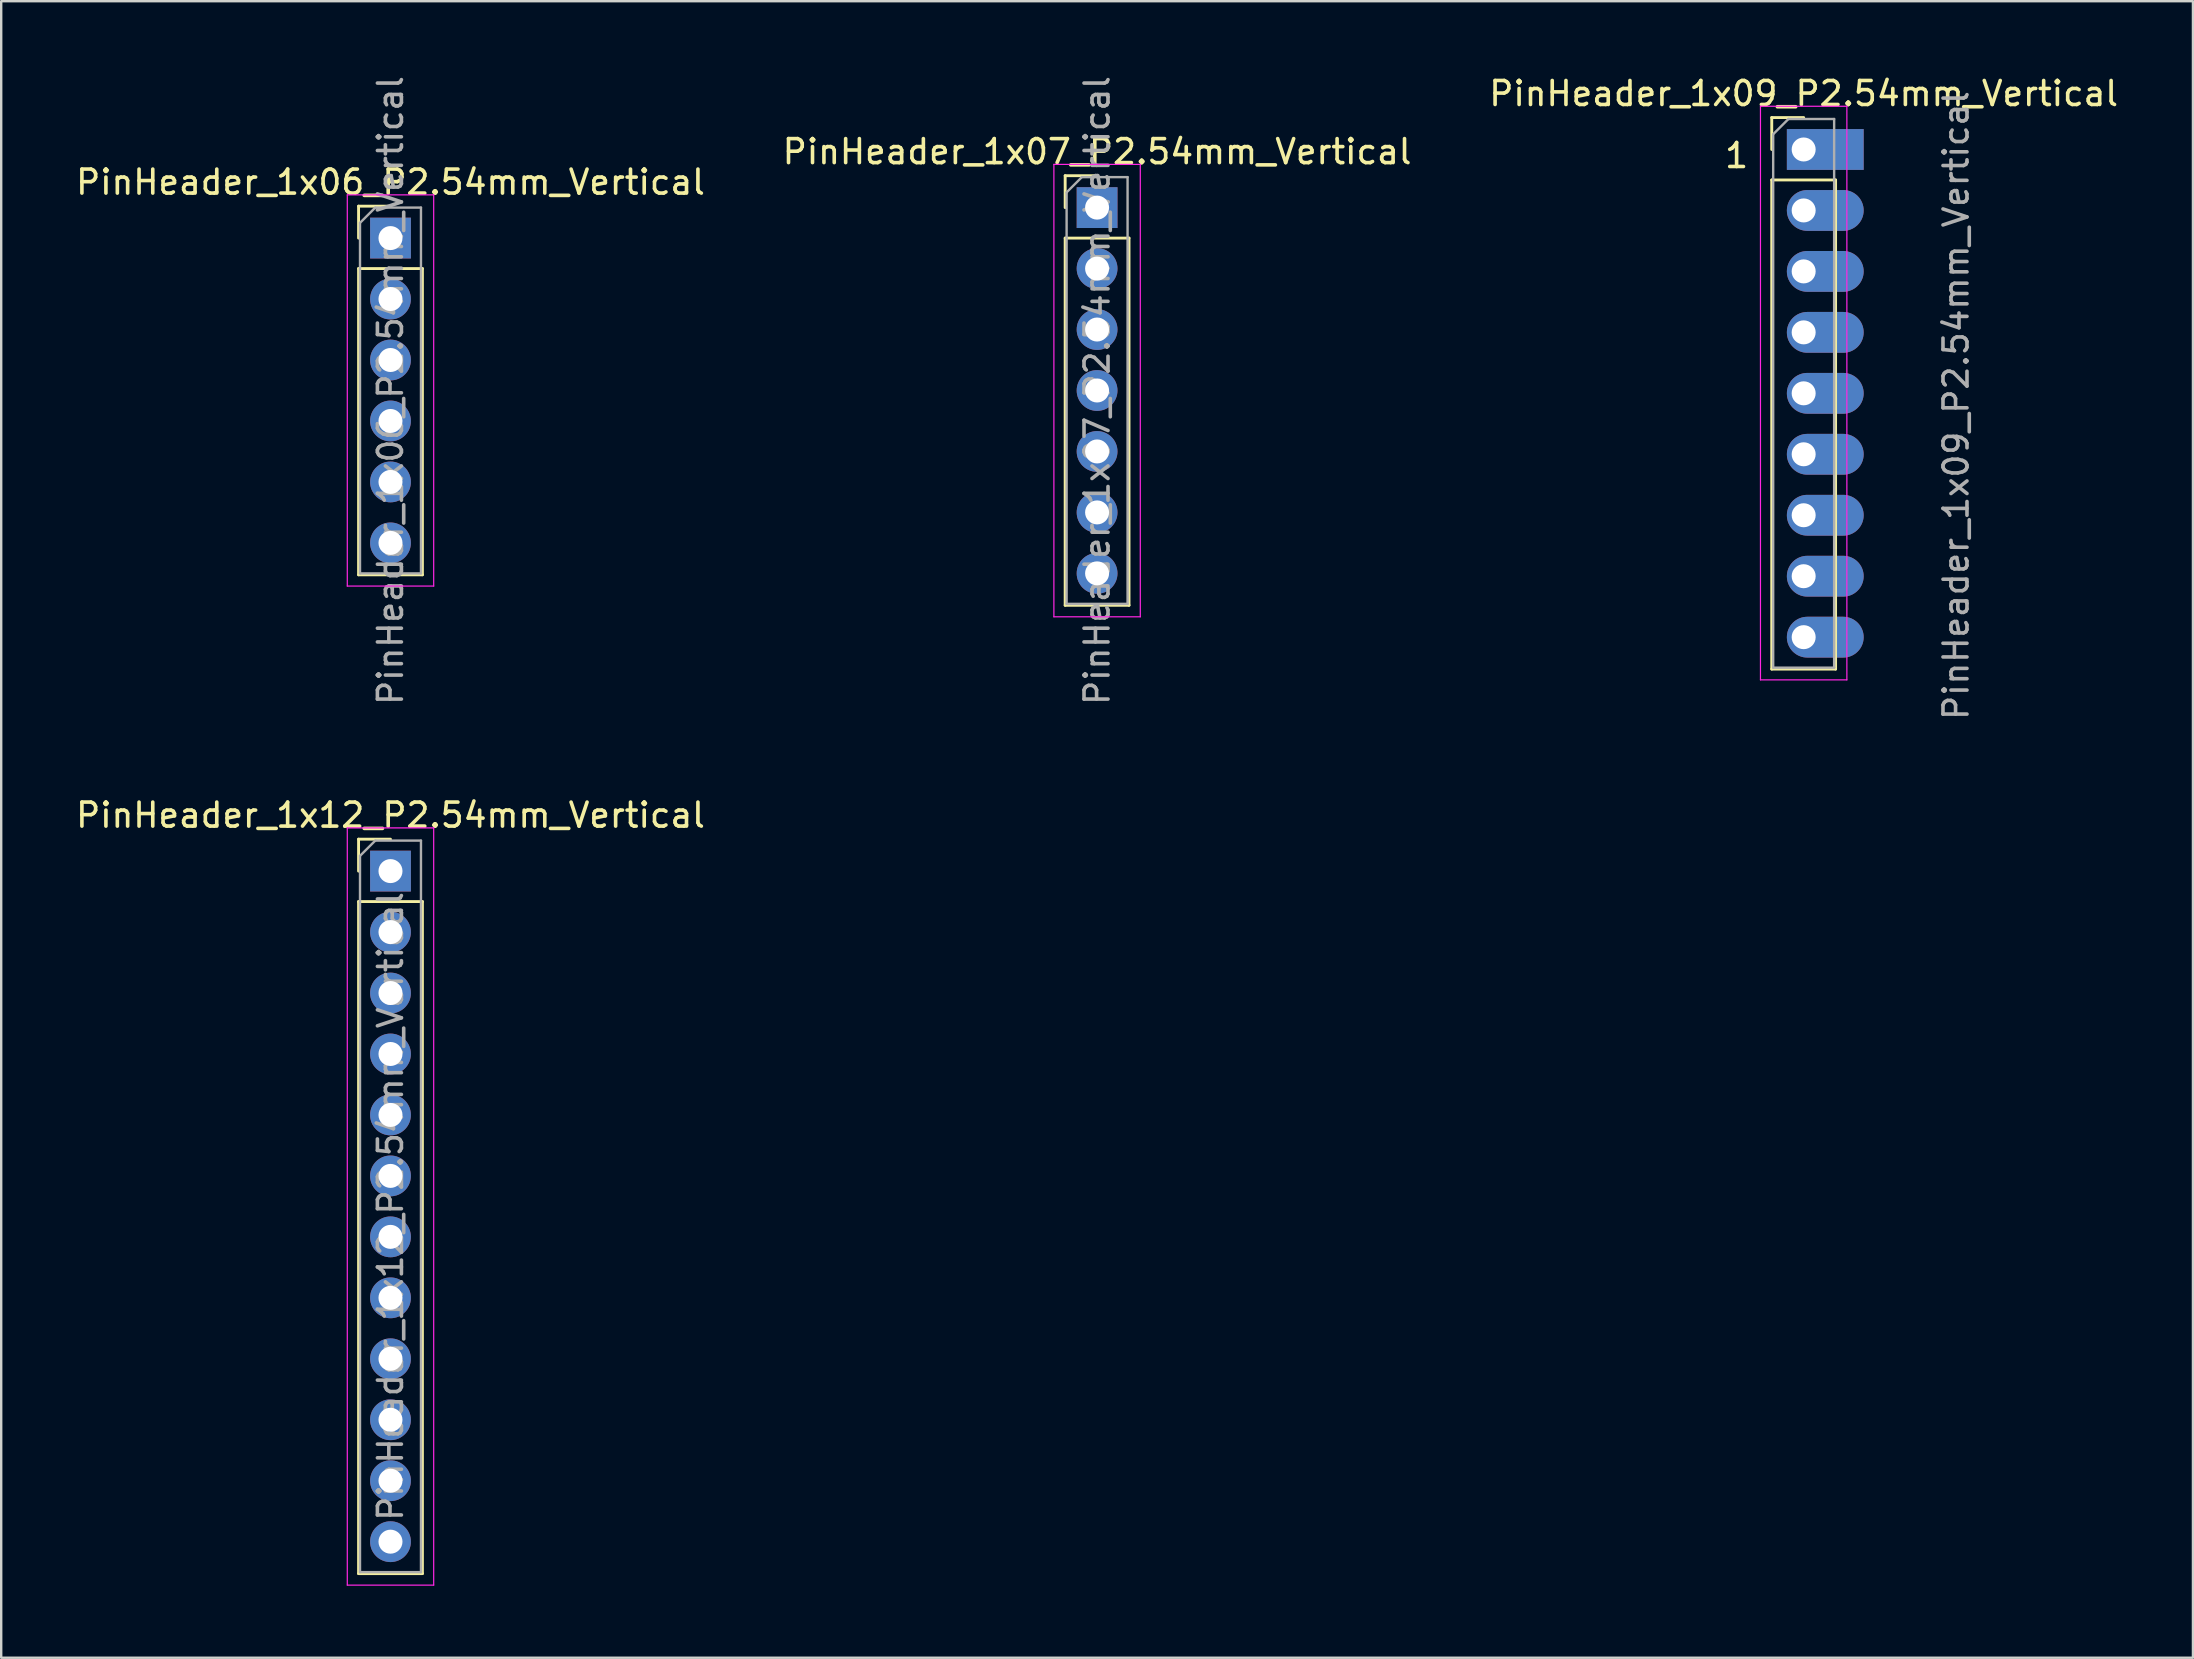
<source format=kicad_pcb>
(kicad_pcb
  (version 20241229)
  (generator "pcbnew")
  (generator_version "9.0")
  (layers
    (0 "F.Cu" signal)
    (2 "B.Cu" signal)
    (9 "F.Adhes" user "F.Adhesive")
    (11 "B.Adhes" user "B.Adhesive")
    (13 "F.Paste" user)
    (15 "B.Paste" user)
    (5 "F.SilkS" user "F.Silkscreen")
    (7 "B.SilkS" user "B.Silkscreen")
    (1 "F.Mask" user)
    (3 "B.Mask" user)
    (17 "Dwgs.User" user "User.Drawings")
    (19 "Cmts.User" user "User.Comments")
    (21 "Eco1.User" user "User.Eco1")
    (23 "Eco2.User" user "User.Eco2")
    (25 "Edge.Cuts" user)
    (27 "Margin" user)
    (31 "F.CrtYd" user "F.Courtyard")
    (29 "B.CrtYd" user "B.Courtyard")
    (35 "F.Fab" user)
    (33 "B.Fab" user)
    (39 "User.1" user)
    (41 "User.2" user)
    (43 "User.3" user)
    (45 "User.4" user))
  (footprint "PinHeader_1x07_P2.54mm_Vertical"
    (layer "F.Cu")
    (at 42.661 5.6)
    (property "Reference" "PinHeader_1x07_P2.54mm_Vertical" (at 0 -2.33 0) (layer "F.SilkS") (effects (font (size 1 1) (thickness 0.15))))
    (attr through_hole exclude_from_bom)
    (fp_line (start -1.33 -1.33) (end 0 -1.33) (stroke (width 0.12) (type solid)) (layer "F.SilkS"))
    (fp_line (start -1.33 0) (end -1.33 -1.33) (stroke (width 0.12) (type solid)) (layer "F.SilkS"))
    (fp_line (start -1.33 1.27) (end -1.33 16.57) (stroke (width 0.12) (type solid)) (layer "F.SilkS"))
    (fp_line (start -1.33 1.27) (end 1.33 1.27) (stroke (width 0.12) (type solid)) (layer "F.SilkS"))
    (fp_line (start -1.33 16.57) (end 1.33 16.57) (stroke (width 0.12) (type solid)) (layer "F.SilkS"))
    (fp_line (start 1.33 1.27) (end 1.33 16.57) (stroke (width 0.12) (type solid)) (layer "F.SilkS"))
    (fp_line (start -1.8 -1.8) (end -1.8 17.05) (stroke (width 0.05) (type solid)) (layer "F.CrtYd"))
    (fp_line (start -1.8 17.05) (end 1.8 17.05) (stroke (width 0.05) (type solid)) (layer "F.CrtYd"))
    (fp_line (start 1.8 -1.8) (end -1.8 -1.8) (stroke (width 0.05) (type solid)) (layer "F.CrtYd"))
    (fp_line (start 1.8 17.05) (end 1.8 -1.8) (stroke (width 0.05) (type solid)) (layer "F.CrtYd"))
    (fp_line (start -1.27 -0.635) (end -0.635 -1.27) (stroke (width 0.1) (type solid)) (layer "F.Fab"))
    (fp_line (start -1.27 16.51) (end -1.27 -0.635) (stroke (width 0.1) (type solid)) (layer "F.Fab"))
    (fp_line (start -0.635 -1.27) (end 1.27 -1.27) (stroke (width 0.1) (type solid)) (layer "F.Fab"))
    (fp_line (start 1.27 -1.27) (end 1.27 16.51) (stroke (width 0.1) (type solid)) (layer "F.Fab"))
    (fp_line (start 1.27 16.51) (end -1.27 16.51) (stroke (width 0.1) (type solid)) (layer "F.Fab"))
    (fp_text user "${REFERENCE}" (at 0 7.62 90) (layer "F.Fab") (effects (font (size 1 1) (thickness 0.15))))
    (pad "1" thru_hole rect (at 0 0) (size 1.7 1.7) (drill 1) (layers "*.Cu" "*.Mask"))
    (pad "2" thru_hole oval (at 0 2.54) (size 1.7 1.7) (drill 1) (layers "*.Cu" "*.Mask"))
    (pad "3" thru_hole oval (at 0 5.08) (size 1.7 1.7) (drill 1) (layers "*.Cu" "*.Mask"))
    (pad "4" thru_hole oval (at 0 7.62) (size 1.7 1.7) (drill 1) (layers "*.Cu" "*.Mask"))
    (pad "5" thru_hole oval (at 0 10.16) (size 1.7 1.7) (drill 1) (layers "*.Cu" "*.Mask"))
    (pad "6" thru_hole oval (at 0 12.7) (size 1.7 1.7) (drill 1) (layers "*.Cu" "*.Mask"))
    (pad "7" thru_hole oval (at 0 15.24) (size 1.7 1.7) (drill 1) (layers "*.Cu" "*.Mask")))
  (footprint "PinHeader_1x06_P2.54mm_Vertical"
    (layer "F.Cu")
    (at 13.22 6.87)
    (property "Reference" "PinHeader_1x06_P2.54mm_Vertical" (at 0 -2.33 0) (layer "F.SilkS") (effects (font (size 1 1) (thickness 0.15))))
    (attr through_hole)
    (fp_line (start -1.33 -1.33) (end 0 -1.33) (stroke (width 0.12) (type solid)) (layer "F.SilkS"))
    (fp_line (start -1.33 0) (end -1.33 -1.33) (stroke (width 0.12) (type solid)) (layer "F.SilkS"))
    (fp_line (start -1.33 1.27) (end -1.33 14.03) (stroke (width 0.12) (type solid)) (layer "F.SilkS"))
    (fp_line (start -1.33 1.27) (end 1.33 1.27) (stroke (width 0.12) (type solid)) (layer "F.SilkS"))
    (fp_line (start -1.33 14.03) (end 1.33 14.03) (stroke (width 0.12) (type solid)) (layer "F.SilkS"))
    (fp_line (start 1.33 1.27) (end 1.33 14.03) (stroke (width 0.12) (type solid)) (layer "F.SilkS"))
    (fp_line (start -1.8 -1.8) (end -1.8 14.5) (stroke (width 0.05) (type solid)) (layer "F.CrtYd"))
    (fp_line (start -1.8 14.5) (end 1.8 14.5) (stroke (width 0.05) (type solid)) (layer "F.CrtYd"))
    (fp_line (start 1.8 -1.8) (end -1.8 -1.8) (stroke (width 0.05) (type solid)) (layer "F.CrtYd"))
    (fp_line (start 1.8 14.5) (end 1.8 -1.8) (stroke (width 0.05) (type solid)) (layer "F.CrtYd"))
    (fp_line (start -1.27 -0.635) (end -0.635 -1.27) (stroke (width 0.1) (type solid)) (layer "F.Fab"))
    (fp_line (start -1.27 13.97) (end -1.27 -0.635) (stroke (width 0.1) (type solid)) (layer "F.Fab"))
    (fp_line (start -0.635 -1.27) (end 1.27 -1.27) (stroke (width 0.1) (type solid)) (layer "F.Fab"))
    (fp_line (start 1.27 -1.27) (end 1.27 13.97) (stroke (width 0.1) (type solid)) (layer "F.Fab"))
    (fp_line (start 1.27 13.97) (end -1.27 13.97) (stroke (width 0.1) (type solid)) (layer "F.Fab"))
    (fp_text user "${REFERENCE}" (at 0 6.35 90) (layer "F.Fab") (effects (font (size 1 1) (thickness 0.15))))
    (pad "1" thru_hole rect (at 0 0) (size 1.7 1.7) (drill 1) (layers "*.Cu" "*.Mask"))
    (pad "2" thru_hole oval (at 0 2.54) (size 1.7 1.7) (drill 1) (layers "*.Cu" "*.Mask"))
    (pad "3" thru_hole oval (at 0 5.08) (size 1.7 1.7) (drill 1) (layers "*.Cu" "*.Mask"))
    (pad "4" thru_hole oval (at 0 7.62) (size 1.7 1.7) (drill 1) (layers "*.Cu" "*.Mask"))
    (pad "5" thru_hole oval (at 0 10.16) (size 1.7 1.7) (drill 1) (layers "*.Cu" "*.Mask"))
    (pad "6" thru_hole oval (at 0 12.7) (size 1.7 1.7) (drill 1) (layers "*.Cu" "*.Mask")))
  (footprint "PinHeader_1x12_P2.54mm_Vertical"
    (layer "F.Cu")
    (at 13.22 33.245)
    (property "Reference" "PinHeader_1x12_P2.54mm_Vertical" (at 0 -2.33 0) (layer "F.SilkS") (effects (font (size 1 1) (thickness 0.15))))
    (attr through_hole)
    (fp_line (start -1.33 -1.33) (end 0 -1.33) (stroke (width 0.12) (type solid)) (layer "F.SilkS"))
    (fp_line (start -1.33 0) (end -1.33 -1.33) (stroke (width 0.12) (type solid)) (layer "F.SilkS"))
    (fp_line (start -1.33 1.27) (end -1.33 29.27) (stroke (width 0.12) (type solid)) (layer "F.SilkS"))
    (fp_line (start -1.33 1.27) (end 1.33 1.27) (stroke (width 0.12) (type solid)) (layer "F.SilkS"))
    (fp_line (start -1.33 29.27) (end 1.33 29.27) (stroke (width 0.12) (type solid)) (layer "F.SilkS"))
    (fp_line (start 1.33 1.27) (end 1.33 29.27) (stroke (width 0.12) (type solid)) (layer "F.SilkS"))
    (fp_line (start -1.8 -1.8) (end -1.8 29.75) (stroke (width 0.05) (type solid)) (layer "F.CrtYd"))
    (fp_line (start -1.8 29.75) (end 1.8 29.75) (stroke (width 0.05) (type solid)) (layer "F.CrtYd"))
    (fp_line (start 1.8 -1.8) (end -1.8 -1.8) (stroke (width 0.05) (type solid)) (layer "F.CrtYd"))
    (fp_line (start 1.8 29.75) (end 1.8 -1.8) (stroke (width 0.05) (type solid)) (layer "F.CrtYd"))
    (fp_line (start -1.27 -0.635) (end -0.635 -1.27) (stroke (width 0.1) (type solid)) (layer "F.Fab"))
    (fp_line (start -1.27 29.21) (end -1.27 -0.635) (stroke (width 0.1) (type solid)) (layer "F.Fab"))
    (fp_line (start -0.635 -1.27) (end 1.27 -1.27) (stroke (width 0.1) (type solid)) (layer "F.Fab"))
    (fp_line (start 1.27 -1.27) (end 1.27 29.21) (stroke (width 0.1) (type solid)) (layer "F.Fab"))
    (fp_line (start 1.27 29.21) (end -1.27 29.21) (stroke (width 0.1) (type solid)) (layer "F.Fab"))
    (fp_text user "${REFERENCE}" (at 0 13.97 90) (layer "F.Fab") (effects (font (size 1 1) (thickness 0.15))))
    (pad "1" thru_hole rect (at 0 0) (size 1.7 1.7) (drill 1) (layers "*.Cu" "*.Mask"))
    (pad "2" thru_hole oval (at 0 2.54) (size 1.7 1.7) (drill 1) (layers "*.Cu" "*.Mask"))
    (pad "3" thru_hole oval (at 0 5.08) (size 1.7 1.7) (drill 1) (layers "*.Cu" "*.Mask"))
    (pad "4" thru_hole oval (at 0 7.62) (size 1.7 1.7) (drill 1) (layers "*.Cu" "*.Mask"))
    (pad "5" thru_hole oval (at 0 10.16) (size 1.7 1.7) (drill 1) (layers "*.Cu" "*.Mask"))
    (pad "6" thru_hole oval (at 0 12.7) (size 1.7 1.7) (drill 1) (layers "*.Cu" "*.Mask"))
    (pad "7" thru_hole oval (at 0 15.24) (size 1.7 1.7) (drill 1) (layers "*.Cu" "*.Mask"))
    (pad "8" thru_hole oval (at 0 17.78) (size 1.7 1.7) (drill 1) (layers "*.Cu" "*.Mask"))
    (pad "9" thru_hole oval (at 0 20.32) (size 1.7 1.7) (drill 1) (layers "*.Cu" "*.Mask"))
    (pad "10" thru_hole oval (at 0 22.86) (size 1.7 1.7) (drill 1) (layers "*.Cu" "*.Mask"))
    (pad "11" thru_hole oval (at 0 25.4) (size 1.7 1.7) (drill 1) (layers "*.Cu" "*.Mask"))
    (pad "12" thru_hole oval (at 0 27.94) (size 1.7 1.7) (drill 1) (layers "*.Cu" "*.Mask")))
  (footprint "PinHeader_1x09_P2.54mm_Vertical"
    (layer "F.Cu")
    (at 72.101 3.178)
    (property "Reference" "PinHeader_1x09_P2.54mm_Vertical" (at 0 -2.33 0) (layer "F.SilkS") (effects (font (size 1 1) (thickness 0.15))))
    (attr through_hole)
    (fp_line (start -1.33 -1.33) (end 0 -1.33) (stroke (width 0.12) (type solid)) (layer "F.SilkS"))
    (fp_line (start -1.33 0) (end -1.33 -1.33) (stroke (width 0.12) (type solid)) (layer "F.SilkS"))
    (fp_line (start -1.33 1.27) (end -1.33 21.65) (stroke (width 0.12) (type solid)) (layer "F.SilkS"))
    (fp_line (start -1.33 1.27) (end 1.33 1.27) (stroke (width 0.12) (type solid)) (layer "F.SilkS"))
    (fp_line (start -1.33 21.65) (end 1.33 21.65) (stroke (width 0.12) (type solid)) (layer "F.SilkS"))
    (fp_line (start 1.33 1.27) (end 1.33 21.65) (stroke (width 0.12) (type solid)) (layer "F.SilkS"))
    (fp_line (start -1.8 -1.8) (end -1.8 22.1) (stroke (width 0.05) (type solid)) (layer "F.CrtYd"))
    (fp_line (start -1.8 22.1) (end 1.8 22.1) (stroke (width 0.05) (type solid)) (layer "F.CrtYd"))
    (fp_line (start 1.8 -1.8) (end -1.8 -1.8) (stroke (width 0.05) (type solid)) (layer "F.CrtYd"))
    (fp_line (start 1.8 22.1) (end 1.8 -1.8) (stroke (width 0.05) (type solid)) (layer "F.CrtYd"))
    (fp_line (start -1.27 -0.635) (end -0.635 -1.27) (stroke (width 0.1) (type solid)) (layer "F.Fab"))
    (fp_line (start -1.27 21.59) (end -1.27 -0.635) (stroke (width 0.1) (type solid)) (layer "F.Fab"))
    (fp_line (start -0.635 -1.27) (end 1.27 -1.27) (stroke (width 0.1) (type solid)) (layer "F.Fab"))
    (fp_line (start 1.27 -1.27) (end 1.27 21.59) (stroke (width 0.1) (type solid)) (layer "F.Fab"))
    (fp_line (start 1.27 21.59) (end -1.27 21.59) (stroke (width 0.1) (type solid)) (layer "F.Fab"))
    (fp_text user "1" (at -2.794 0.254 0) (layer "F.SilkS") (effects (font (size 1 1) (thickness 0.15))))
    (fp_text user "${REFERENCE}" (at 6.35 10.668 90) (layer "F.Fab") (effects (font (size 1 1) (thickness 0.15))))
    (pad "1" thru_hole rect (at 0 0) (size 3.2 1.7) (drill 1 (offset 0.9 0)) (layers "*.Cu" "*.Mask"))
    (pad "2" thru_hole oval (at 0 2.54) (size 3.2 1.7) (drill 1 (offset 0.9 0)) (layers "*.Cu" "*.Mask"))
    (pad "3" thru_hole oval (at 0 5.08) (size 3.2 1.7) (drill 1 (offset 0.9 0)) (layers "*.Cu" "*.Mask"))
    (pad "4" thru_hole oval (at 0 7.62) (size 3.2 1.7) (drill 1 (offset 0.9 0)) (layers "*.Cu" "*.Mask"))
    (pad "5" thru_hole oval (at 0 10.16) (size 3.2 1.7) (drill 1 (offset 0.9 0)) (layers "*.Cu" "*.Mask"))
    (pad "6" thru_hole oval (at 0 12.7) (size 3.2 1.7) (drill 1 (offset 0.9 0)) (layers "*.Cu" "*.Mask"))
    (pad "7" thru_hole oval (at 0 15.24) (size 3.2 1.7) (drill 1 (offset 0.9 0)) (layers "*.Cu" "*.Mask"))
    (pad "8" thru_hole oval (at 0 17.78) (size 3.2 1.7) (drill 1 (offset 0.9 0)) (layers "*.Cu" "*.Mask"))
    (pad "9" thru_hole oval (at 0 20.32) (size 3.2 1.7) (drill 1 (offset 0.9 0)) (layers "*.Cu" "*.Mask")))
  (gr_rect
    (start -3 -3)
    (end 88.321 66.02)
    (stroke (width 0.1) (type default))
    (fill no)
    (layer "Edge.Cuts")))
</source>
